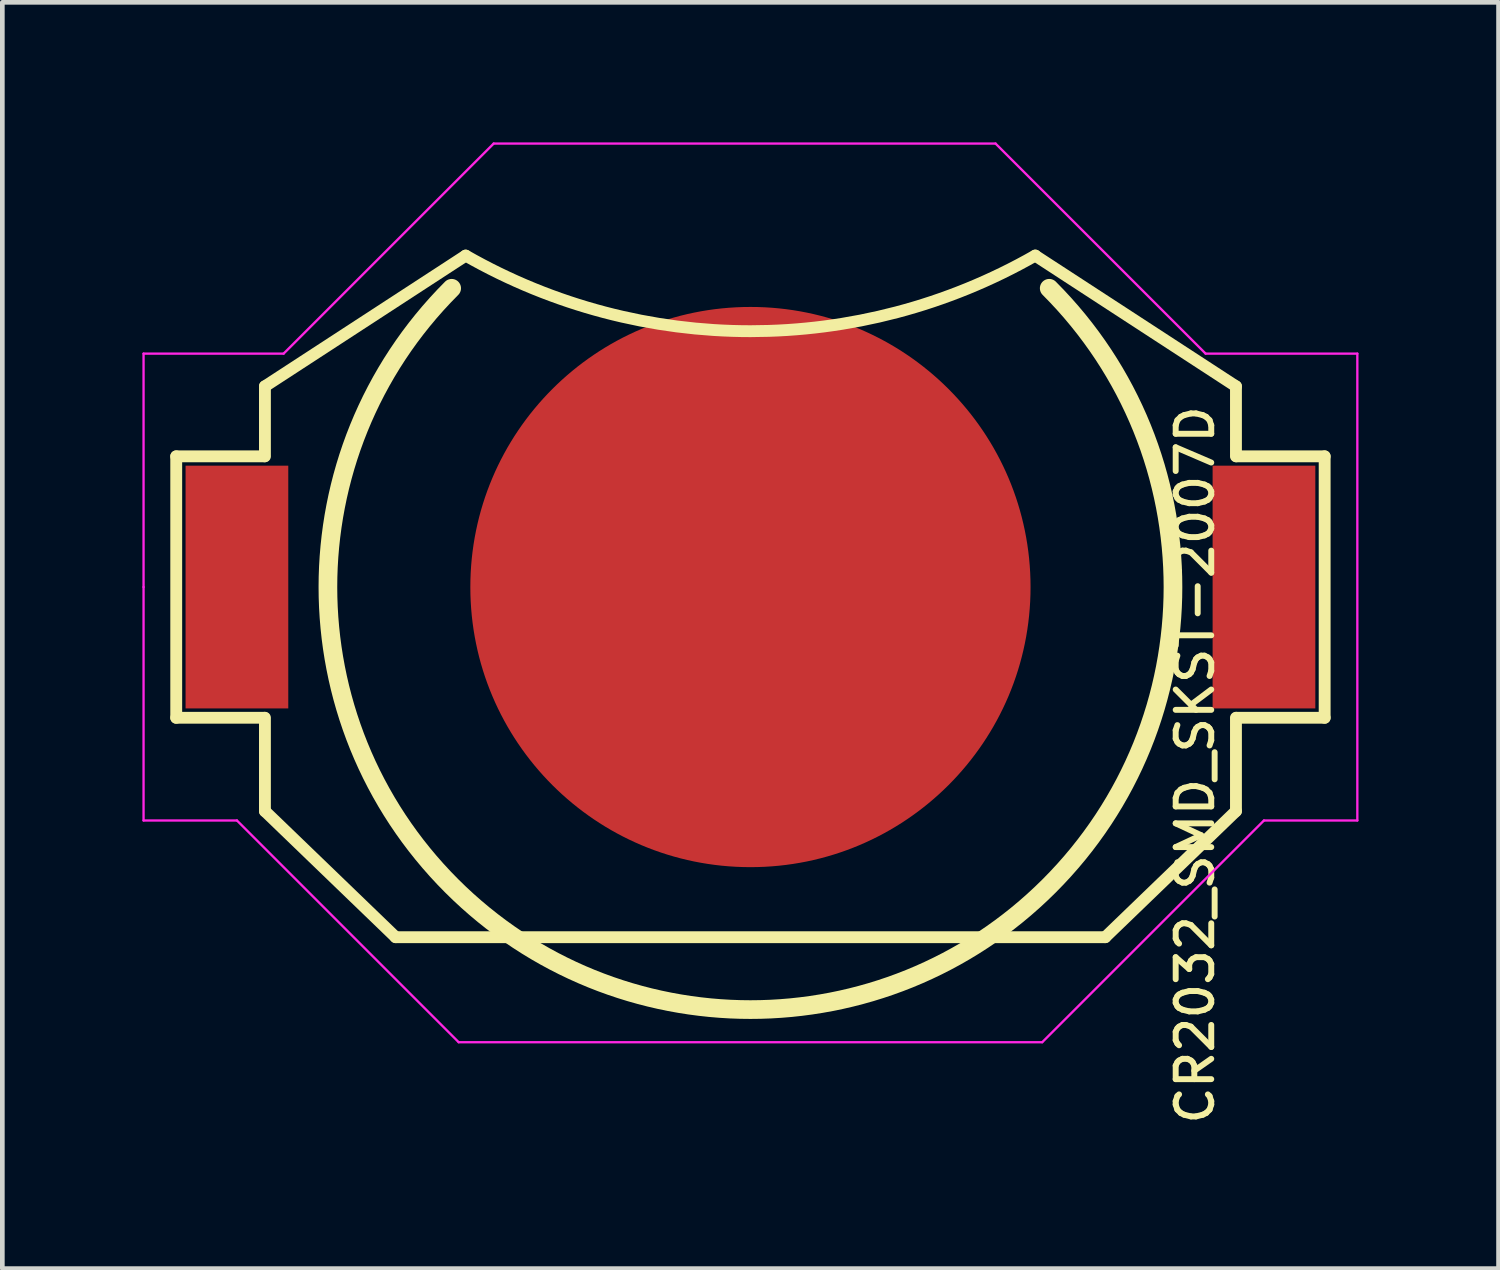
<source format=kicad_pcb>
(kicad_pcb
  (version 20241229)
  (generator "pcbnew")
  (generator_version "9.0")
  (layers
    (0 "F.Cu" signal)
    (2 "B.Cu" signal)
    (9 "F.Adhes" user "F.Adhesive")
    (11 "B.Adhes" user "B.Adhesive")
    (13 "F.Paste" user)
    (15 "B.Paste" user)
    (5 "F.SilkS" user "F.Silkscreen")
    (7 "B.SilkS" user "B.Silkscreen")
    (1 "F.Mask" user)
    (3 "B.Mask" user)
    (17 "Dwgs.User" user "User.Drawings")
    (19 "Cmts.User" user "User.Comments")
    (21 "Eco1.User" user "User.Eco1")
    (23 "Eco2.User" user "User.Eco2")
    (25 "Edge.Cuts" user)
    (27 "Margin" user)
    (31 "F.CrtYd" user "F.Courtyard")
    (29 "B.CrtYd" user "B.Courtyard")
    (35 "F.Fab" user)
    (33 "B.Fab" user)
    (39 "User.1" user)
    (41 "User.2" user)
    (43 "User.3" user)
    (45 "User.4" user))
  (footprint "CR2032_SMD_SKST-2007D"
    (layer "F.Cu")
    (at 13.025 9.525)
    (property "Reference" "CR2032_SMD_SKST-2007D" (at 9.525 3.81 270) (layer "F.SilkS") (effects (font (size 0.762 0.762) (thickness 0.127))))
    (attr smd)
    (fp_line (start -12.3 -2.8) (end -10.414 -2.8) (stroke (width 0.254) (type solid)) (layer "F.SilkS"))
    (fp_line (start -12.3 2.8) (end -12.3 -2.8) (stroke (width 0.254) (type solid)) (layer "F.SilkS"))
    (fp_line (start -10.414 2.8) (end -12.3 2.8) (stroke (width 0.254) (type solid)) (layer "F.SilkS"))
    (fp_line (start -10.4 -4.3) (end -6.1 -7.1) (stroke (width 0.254) (type solid)) (layer "F.SilkS"))
    (fp_line (start -10.4 -2.8) (end -10.4 -4.3) (stroke (width 0.254) (type solid)) (layer "F.SilkS"))
    (fp_line (start -10.4 4.8) (end -10.4 2.8) (stroke (width 0.254) (type solid)) (layer "F.SilkS"))
    (fp_line (start -7.6 7.5) (end -10.4 4.8) (stroke (width 0.254) (type solid)) (layer "F.SilkS"))
    (fp_line (start 7.6 7.5) (end -7.6 7.5) (stroke (width 0.254) (type solid)) (layer "F.SilkS"))
    (fp_line (start 7.6 7.5) (end 10.4 4.8) (stroke (width 0.254) (type solid)) (layer "F.SilkS"))
    (fp_line (start 10.4 -4.3) (end 6.1 -7.1) (stroke (width 0.254) (type solid)) (layer "F.SilkS"))
    (fp_line (start 10.4 -2.8) (end 10.4 -4.3) (stroke (width 0.254) (type solid)) (layer "F.SilkS"))
    (fp_line (start 10.4 2.8) (end 10.4 4.8) (stroke (width 0.254) (type solid)) (layer "F.SilkS"))
    (fp_line (start 10.414 2.8) (end 12.3 2.8) (stroke (width 0.254) (type solid)) (layer "F.SilkS"))
    (fp_line (start 12.3 -2.8) (end 10.414 -2.8) (stroke (width 0.254) (type solid)) (layer "F.SilkS"))
    (fp_line (start 12.3 2.8) (end 12.3 -2.8) (stroke (width 0.254) (type solid)) (layer "F.SilkS"))
    (fp_arc (start 6.102154 -7.101231) (mid 0.00124 -5.480716) (end -6.1 -7.1) (stroke (width 0.254) (type solid)) (layer "F.SilkS"))
    (fp_arc (start 6.4 -6.4) (mid 0 9.050967) (end -6.4 -6.4) (stroke (width 0.4) (type solid)) (layer "F.SilkS"))
    (fp_line (start -13 -5) (end -10 -5) (stroke (width 0.05) (type solid)) (layer "F.CrtYd"))
    (fp_line (start -13 0) (end -13 -5) (stroke (width 0.05) (type solid)) (layer "F.CrtYd"))
    (fp_line (start -13 5) (end -13 0) (stroke (width 0.05) (type solid)) (layer "F.CrtYd"))
    (fp_line (start -11 5) (end -13 5) (stroke (width 0.05) (type solid)) (layer "F.CrtYd"))
    (fp_line (start -10 -5) (end -5.5 -9.5) (stroke (width 0.05) (type solid)) (layer "F.CrtYd"))
    (fp_line (start -6.25 9.75) (end -11 5) (stroke (width 0.05) (type solid)) (layer "F.CrtYd"))
    (fp_line (start -5.5 -9.5) (end 5.25 -9.5) (stroke (width 0.05) (type solid)) (layer "F.CrtYd"))
    (fp_line (start 5.25 -9.5) (end 9.75 -5) (stroke (width 0.05) (type solid)) (layer "F.CrtYd"))
    (fp_line (start 6.25 9.75) (end -6.25 9.75) (stroke (width 0.05) (type solid)) (layer "F.CrtYd"))
    (fp_line (start 9.75 -5) (end 13 -5) (stroke (width 0.05) (type solid)) (layer "F.CrtYd"))
    (fp_line (start 11 5) (end 6.25 9.75) (stroke (width 0.05) (type solid)) (layer "F.CrtYd"))
    (fp_line (start 13 -5) (end 13 5) (stroke (width 0.05) (type solid)) (layer "F.CrtYd"))
    (fp_line (start 13 5) (end 11 5) (stroke (width 0.05) (type solid)) (layer "F.CrtYd"))
    (pad "1" smd rect (at -11 0) (size 2.2 5.2) (layers "F.Cu" "F.Mask" "F.Paste"))
    (pad "1" smd rect (at 11 0) (size 2.2 5.2) (layers "F.Cu" "F.Mask" "F.Paste"))
    (pad "2" smd circle (at 0 0) (size 12 12) (layers "F.Cu" "F.Mask")))
  (gr_rect
    (start -3 -3)
    (end 29.05 24.124)
    (stroke (width 0.1) (type default))
    (fill no)
    (layer "Edge.Cuts")))
</source>
